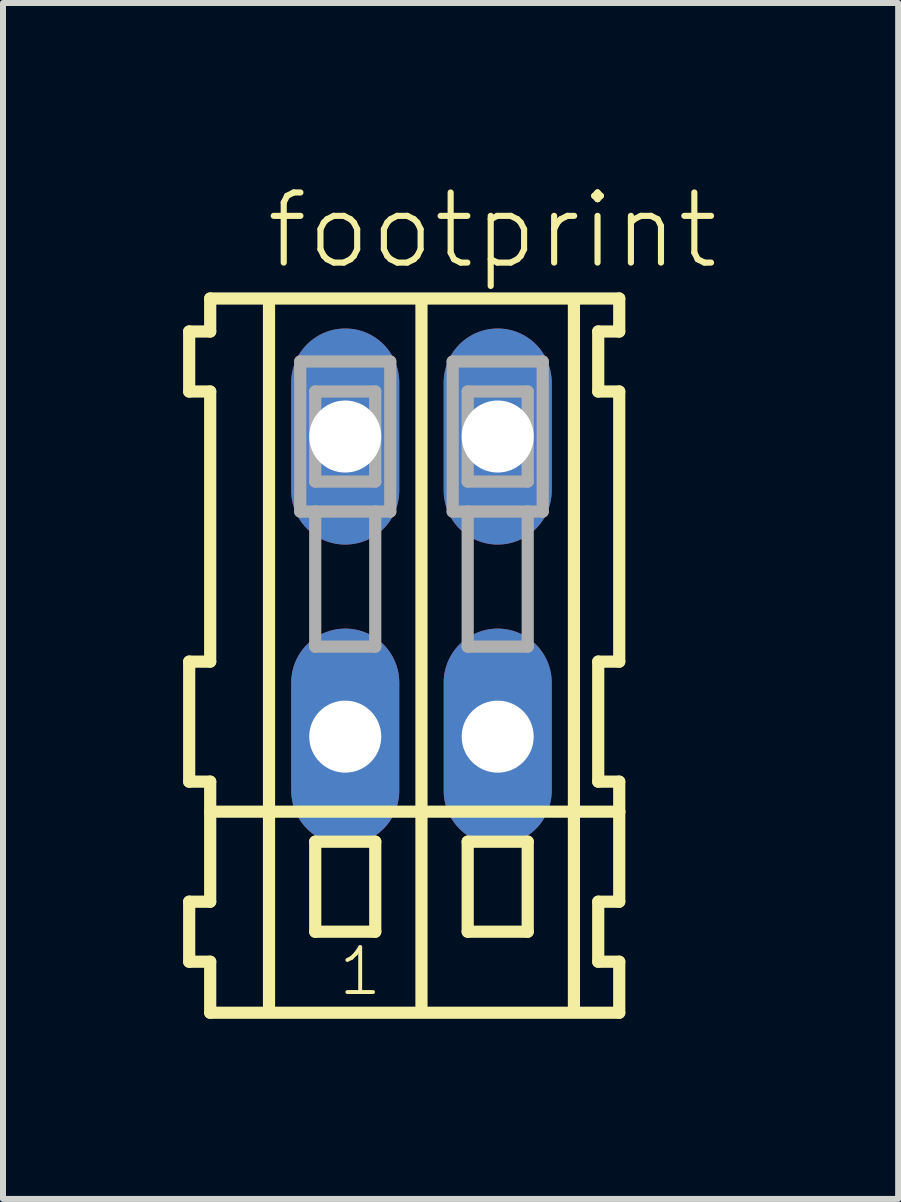
<source format=kicad_pcb>
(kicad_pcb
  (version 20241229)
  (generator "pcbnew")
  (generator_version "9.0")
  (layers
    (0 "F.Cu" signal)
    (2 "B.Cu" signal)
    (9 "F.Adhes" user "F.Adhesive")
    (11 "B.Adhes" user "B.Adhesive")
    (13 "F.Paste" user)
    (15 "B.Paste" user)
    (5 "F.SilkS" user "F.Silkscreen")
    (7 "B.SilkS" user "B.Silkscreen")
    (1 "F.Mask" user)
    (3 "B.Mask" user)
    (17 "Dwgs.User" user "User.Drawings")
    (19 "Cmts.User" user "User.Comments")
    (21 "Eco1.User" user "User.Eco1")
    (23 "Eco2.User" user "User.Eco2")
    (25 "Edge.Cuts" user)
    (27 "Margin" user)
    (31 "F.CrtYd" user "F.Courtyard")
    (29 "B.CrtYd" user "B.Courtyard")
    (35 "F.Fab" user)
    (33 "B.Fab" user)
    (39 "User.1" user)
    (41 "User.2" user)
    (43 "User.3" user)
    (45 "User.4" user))
  (footprint "footprint"
    (layer "F.Cu")
    (at 3.972 6.723)
    (property "Reference" "footprint" (at -2.64 -5.25 0) (layer "F.SilkS") (effects (font (size 1.168 1.168) (thickness 0.102)) (justify left bottom)))
    (fp_line (start -3.87 -4.25) (end -3.87 -3.25) (stroke (width 0.203) (type solid)) (layer "F.SilkS"))
    (fp_line (start -3.87 -3.25) (end -3.52 -3.25) (stroke (width 0.203) (type solid)) (layer "F.SilkS"))
    (fp_line (start -3.87 1.25) (end -3.87 3.25) (stroke (width 0.203) (type solid)) (layer "F.SilkS"))
    (fp_line (start -3.87 3.25) (end -3.52 3.25) (stroke (width 0.203) (type solid)) (layer "F.SilkS"))
    (fp_line (start -3.87 5.25) (end -3.87 6.25) (stroke (width 0.203) (type solid)) (layer "F.SilkS"))
    (fp_line (start -3.87 6.25) (end -3.52 6.25) (stroke (width 0.203) (type solid)) (layer "F.SilkS"))
    (fp_line (start -3.52 -4.8) (end -3.52 -4.25) (stroke (width 0.203) (type solid)) (layer "F.SilkS"))
    (fp_line (start -3.52 -4.25) (end -3.87 -4.25) (stroke (width 0.203) (type solid)) (layer "F.SilkS"))
    (fp_line (start -3.52 -3.25) (end -3.52 1.25) (stroke (width 0.203) (type solid)) (layer "F.SilkS"))
    (fp_line (start -3.52 1.25) (end -3.87 1.25) (stroke (width 0.203) (type solid)) (layer "F.SilkS"))
    (fp_line (start -3.52 3.25) (end -3.52 5.25) (stroke (width 0.203) (type solid)) (layer "F.SilkS"))
    (fp_line (start -3.52 3.75) (end 3.295 3.75) (stroke (width 0.203) (type solid)) (layer "F.SilkS"))
    (fp_line (start -3.52 5.25) (end -3.87 5.25) (stroke (width 0.203) (type solid)) (layer "F.SilkS"))
    (fp_line (start -3.52 6.25) (end -3.52 7.1) (stroke (width 0.203) (type solid)) (layer "F.SilkS"))
    (fp_line (start -3.52 7.1) (end 3.295 7.1) (stroke (width 0.203) (type solid)) (layer "F.SilkS"))
    (fp_line (start -2.54 6.985) (end -2.54 -4.699) (stroke (width 0.203) (type solid)) (layer "F.SilkS"))
    (fp_line (start -1.77 4.25) (end -1.77 5.75) (stroke (width 0.203) (type solid)) (layer "F.SilkS"))
    (fp_line (start -1.77 5.75) (end -0.77 5.75) (stroke (width 0.203) (type solid)) (layer "F.SilkS"))
    (fp_line (start -0.77 4.25) (end -1.77 4.25) (stroke (width 0.203) (type solid)) (layer "F.SilkS"))
    (fp_line (start -0.77 5.75) (end -0.77 4.25) (stroke (width 0.203) (type solid)) (layer "F.SilkS"))
    (fp_line (start 0 6.985) (end 0 -4.699) (stroke (width 0.203) (type solid)) (layer "F.SilkS"))
    (fp_line (start 0.77 4.25) (end 0.77 5.75) (stroke (width 0.203) (type solid)) (layer "F.SilkS"))
    (fp_line (start 0.77 5.75) (end 1.77 5.75) (stroke (width 0.203) (type solid)) (layer "F.SilkS"))
    (fp_line (start 1.77 4.25) (end 0.77 4.25) (stroke (width 0.203) (type solid)) (layer "F.SilkS"))
    (fp_line (start 1.77 5.75) (end 1.77 4.25) (stroke (width 0.203) (type solid)) (layer "F.SilkS"))
    (fp_line (start 2.54 6.985) (end 2.54 -4.699) (stroke (width 0.203) (type solid)) (layer "F.SilkS"))
    (fp_line (start 2.945 -4.25) (end 2.945 -3.25) (stroke (width 0.203) (type solid)) (layer "F.SilkS"))
    (fp_line (start 2.945 -3.25) (end 3.295 -3.25) (stroke (width 0.203) (type solid)) (layer "F.SilkS"))
    (fp_line (start 2.945 1.25) (end 2.945 3.25) (stroke (width 0.203) (type solid)) (layer "F.SilkS"))
    (fp_line (start 2.945 3.25) (end 3.295 3.25) (stroke (width 0.203) (type solid)) (layer "F.SilkS"))
    (fp_line (start 2.945 5.25) (end 2.945 6.25) (stroke (width 0.203) (type solid)) (layer "F.SilkS"))
    (fp_line (start 2.945 6.25) (end 3.295 6.25) (stroke (width 0.203) (type solid)) (layer "F.SilkS"))
    (fp_line (start 3.295 -4.8) (end -3.52 -4.8) (stroke (width 0.203) (type solid)) (layer "F.SilkS"))
    (fp_line (start 3.295 -4.25) (end 2.945 -4.25) (stroke (width 0.203) (type solid)) (layer "F.SilkS"))
    (fp_line (start 3.295 -4.25) (end 3.295 -4.8) (stroke (width 0.203) (type solid)) (layer "F.SilkS"))
    (fp_line (start 3.295 1.25) (end 2.945 1.25) (stroke (width 0.203) (type solid)) (layer "F.SilkS"))
    (fp_line (start 3.295 1.25) (end 3.295 -3.25) (stroke (width 0.203) (type solid)) (layer "F.SilkS"))
    (fp_line (start 3.295 3.75) (end 3.295 3.25) (stroke (width 0.203) (type solid)) (layer "F.SilkS"))
    (fp_line (start 3.295 5.25) (end 2.945 5.25) (stroke (width 0.203) (type solid)) (layer "F.SilkS"))
    (fp_line (start 3.295 5.25) (end 3.295 3.75) (stroke (width 0.203) (type solid)) (layer "F.SilkS"))
    (fp_line (start 3.295 7.1) (end 3.295 6.25) (stroke (width 0.203) (type solid)) (layer "F.SilkS"))
    (fp_line (start -2.02 -3.75) (end -2.02 -1.25) (stroke (width 0.203) (type solid)) (layer "F.Fab"))
    (fp_line (start -2.02 -1.25) (end -1.77 -1.25) (stroke (width 0.203) (type solid)) (layer "F.Fab"))
    (fp_line (start -1.77 -3.25) (end -1.77 -1.75) (stroke (width 0.203) (type solid)) (layer "F.Fab"))
    (fp_line (start -1.77 -1.75) (end -0.77 -1.75) (stroke (width 0.203) (type solid)) (layer "F.Fab"))
    (fp_line (start -1.77 -1.25) (end -1.77 1) (stroke (width 0.203) (type solid)) (layer "F.Fab"))
    (fp_line (start -1.77 -1.25) (end -0.77 -1.25) (stroke (width 0.203) (type solid)) (layer "F.Fab"))
    (fp_line (start -1.77 1) (end -0.77 1) (stroke (width 0.203) (type solid)) (layer "F.Fab"))
    (fp_line (start -0.77 -3.25) (end -1.77 -3.25) (stroke (width 0.203) (type solid)) (layer "F.Fab"))
    (fp_line (start -0.77 -1.75) (end -0.77 -3.25) (stroke (width 0.203) (type solid)) (layer "F.Fab"))
    (fp_line (start -0.77 -1.25) (end -0.52 -1.25) (stroke (width 0.203) (type solid)) (layer "F.Fab"))
    (fp_line (start -0.77 1) (end -0.77 -1.25) (stroke (width 0.203) (type solid)) (layer "F.Fab"))
    (fp_line (start -0.52 -3.75) (end -2.02 -3.75) (stroke (width 0.203) (type solid)) (layer "F.Fab"))
    (fp_line (start -0.52 -1.25) (end -0.52 -3.75) (stroke (width 0.203) (type solid)) (layer "F.Fab"))
    (fp_line (start 0.52 -3.75) (end 0.52 -1.25) (stroke (width 0.203) (type solid)) (layer "F.Fab"))
    (fp_line (start 0.52 -1.25) (end 0.77 -1.25) (stroke (width 0.203) (type solid)) (layer "F.Fab"))
    (fp_line (start 0.77 -3.25) (end 0.77 -1.75) (stroke (width 0.203) (type solid)) (layer "F.Fab"))
    (fp_line (start 0.77 -1.75) (end 1.77 -1.75) (stroke (width 0.203) (type solid)) (layer "F.Fab"))
    (fp_line (start 0.77 -1.25) (end 0.77 1) (stroke (width 0.203) (type solid)) (layer "F.Fab"))
    (fp_line (start 0.77 -1.25) (end 1.77 -1.25) (stroke (width 0.203) (type solid)) (layer "F.Fab"))
    (fp_line (start 0.77 1) (end 1.77 1) (stroke (width 0.203) (type solid)) (layer "F.Fab"))
    (fp_line (start 1.77 -3.25) (end 0.77 -3.25) (stroke (width 0.203) (type solid)) (layer "F.Fab"))
    (fp_line (start 1.77 -1.75) (end 1.77 -3.25) (stroke (width 0.203) (type solid)) (layer "F.Fab"))
    (fp_line (start 1.77 -1.25) (end 2.02 -1.25) (stroke (width 0.203) (type solid)) (layer "F.Fab"))
    (fp_line (start 1.77 1) (end 1.77 -1.25) (stroke (width 0.203) (type solid)) (layer "F.Fab"))
    (fp_line (start 2.02 -3.75) (end 0.52 -3.75) (stroke (width 0.203) (type solid)) (layer "F.Fab"))
    (fp_line (start 2.02 -1.25) (end 2.02 -3.75) (stroke (width 0.203) (type solid)) (layer "F.Fab"))
    (fp_text user "1" (at -1.42 6.85 0) (layer "F.SilkS") (effects (font (size 0.748 0.748) (thickness 0.065)) (justify left bottom)))
    (pad "A1" thru_hole oval (at -1.27 -2.5 90) (size 3.6 1.8) (drill 1.2) (layers "*.Cu" "*.Mask"))
    (pad "A2" thru_hole oval (at 1.27 -2.5 90) (size 3.6 1.8) (drill 1.2) (layers "*.Cu" "*.Mask"))
    (pad "B1" thru_hole oval (at -1.27 2.5 90) (size 3.6 1.8) (drill 1.2) (layers "*.Cu" "*.Mask"))
    (pad "B2" thru_hole oval (at 1.27 2.5 90) (size 3.6 1.8) (drill 1.2) (layers "*.Cu" "*.Mask")))
  (gr_rect
    (start -3 -3)
    (end 11.914 16.925)
    (stroke (width 0.1) (type default))
    (fill no)
    (layer "Edge.Cuts")))
</source>
